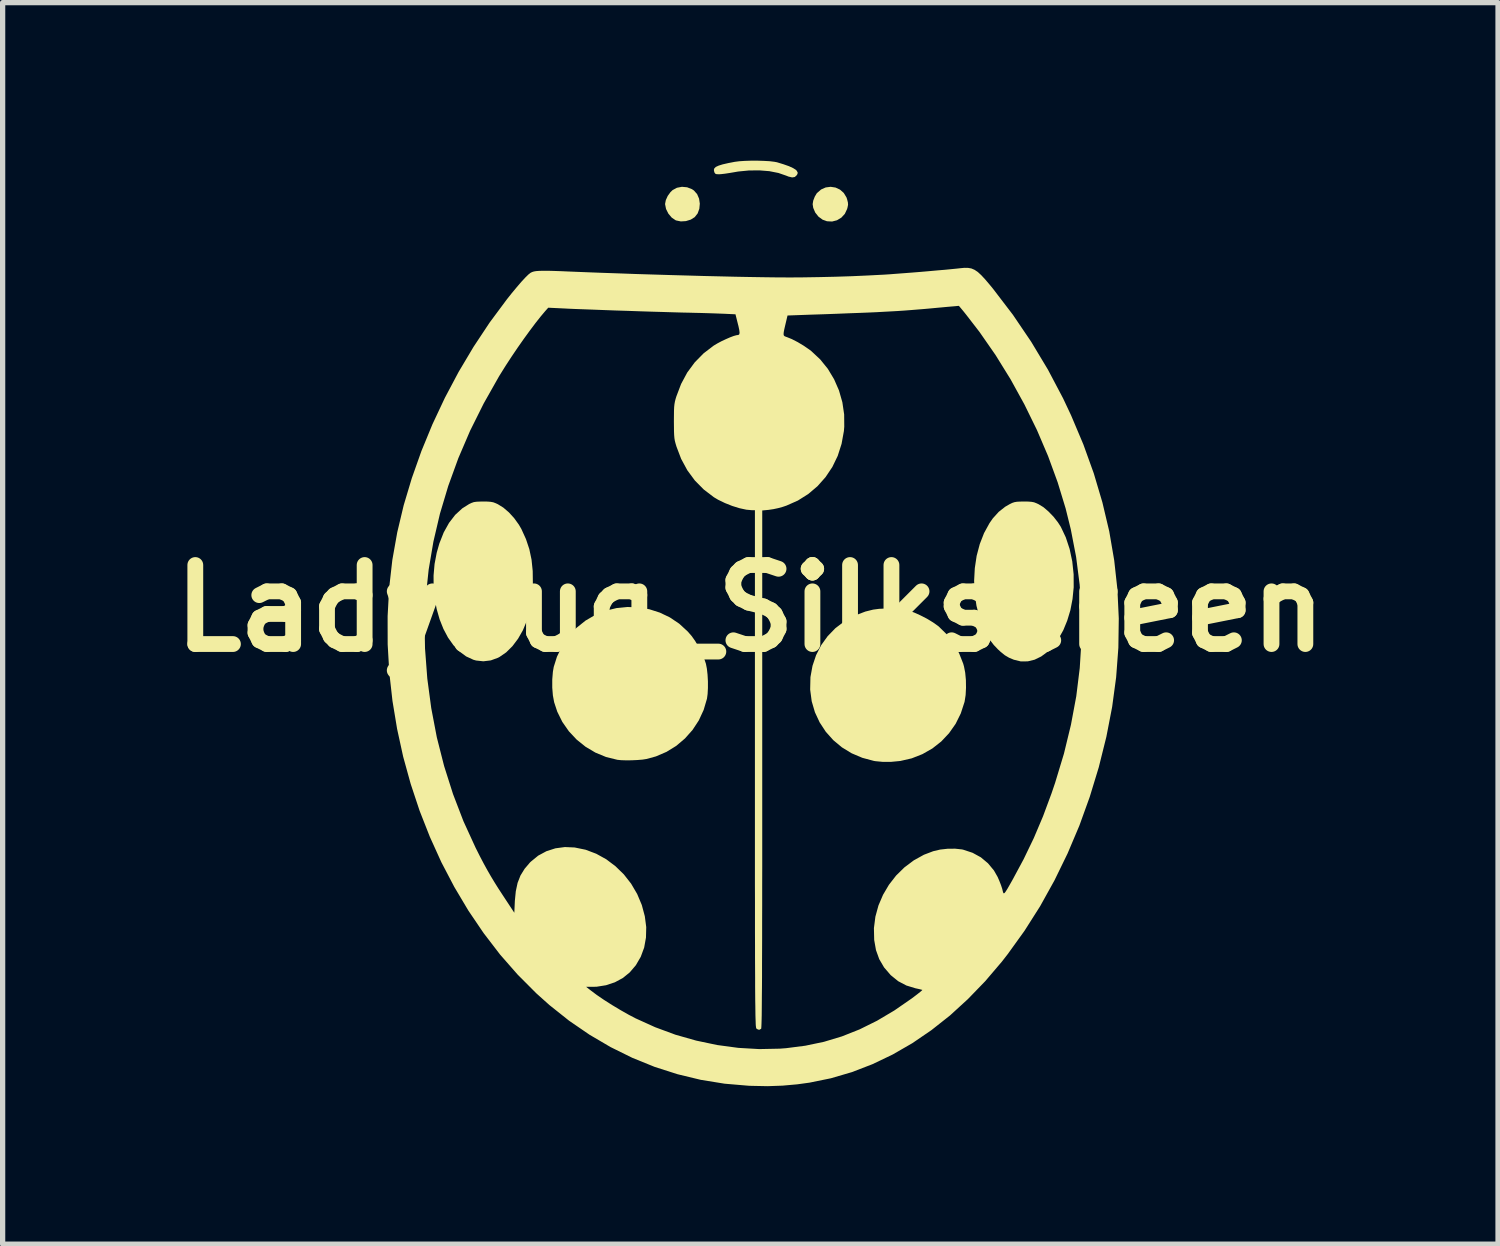
<source format=kicad_pcb>
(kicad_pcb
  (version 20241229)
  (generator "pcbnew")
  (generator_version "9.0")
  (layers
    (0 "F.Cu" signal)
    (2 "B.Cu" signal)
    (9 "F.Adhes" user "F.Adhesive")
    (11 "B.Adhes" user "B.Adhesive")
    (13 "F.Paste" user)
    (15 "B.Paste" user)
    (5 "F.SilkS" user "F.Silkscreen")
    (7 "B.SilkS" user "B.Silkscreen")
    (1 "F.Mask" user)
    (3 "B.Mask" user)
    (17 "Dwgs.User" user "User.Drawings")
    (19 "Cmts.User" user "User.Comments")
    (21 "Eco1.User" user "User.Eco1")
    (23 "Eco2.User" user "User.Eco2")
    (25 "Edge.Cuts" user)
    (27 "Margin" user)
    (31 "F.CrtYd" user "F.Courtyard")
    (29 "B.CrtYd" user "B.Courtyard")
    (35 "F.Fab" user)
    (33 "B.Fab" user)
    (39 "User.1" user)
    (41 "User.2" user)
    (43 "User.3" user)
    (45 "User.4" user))
  (footprint "Ladybug_Silkscreen"
    (layer "F.Cu")
    (at 11.193 8.497)
    (property "Reference" "Ladybug_Silkscreen" (at 0 0 0) (layer "F.SilkS") (effects (font (size 1.5 1.5) (thickness 0.3))))
    (attr board_only exclude_from_pos_files exclude_from_bom)
    (fp_poly (pts (xy -1.2 -7.992) (xy -1.108 -7.956) (xy -1.071 -7.931) (xy -1.01 -7.862) (xy -0.973 -7.776) (xy -0.959 -7.681) (xy -0.968 -7.585) (xy -1 -7.496) (xy -1.056 -7.425) (xy -1.131 -7.378) (xy -1.223 -7.35) (xy -1.319 -7.344) (xy -1.407 -7.362) (xy -1.418 -7.366) (xy -1.493 -7.417) (xy -1.556 -7.492) (xy -1.6 -7.58) (xy -1.618 -7.67) (xy -1.618 -7.677) (xy -1.604 -7.749) (xy -1.568 -7.828) (xy -1.515 -7.901) (xy -1.475 -7.939) (xy -1.393 -7.983) (xy -1.298 -8.001)) (stroke (width 0) (type solid)) (fill yes) (layer "F.SilkS"))
    (fp_poly (pts (xy 1.617 -7.987) (xy 1.701 -7.948) (xy 1.773 -7.885) (xy 1.825 -7.8) (xy 1.837 -7.764) (xy 1.852 -7.705) (xy 1.855 -7.66) (xy 1.845 -7.609) (xy 1.837 -7.58) (xy 1.794 -7.488) (xy 1.728 -7.416) (xy 1.645 -7.366) (xy 1.552 -7.342) (xy 1.455 -7.347) (xy 1.372 -7.377) (xy 1.294 -7.434) (xy 1.232 -7.512) (xy 1.194 -7.601) (xy 1.183 -7.672) (xy 1.194 -7.739) (xy 1.223 -7.814) (xy 1.261 -7.878) (xy 1.266 -7.883) (xy 1.343 -7.95) (xy 1.431 -7.989) (xy 1.524 -8.001)) (stroke (width 0) (type solid)) (fill yes) (layer "F.SilkS"))
    (fp_poly (pts (xy 0.258 -8.493) (xy 0.367 -8.487) (xy 0.456 -8.476) (xy 0.505 -8.467) (xy 0.629 -8.429) (xy 0.734 -8.392) (xy 0.814 -8.355) (xy 0.866 -8.322) (xy 0.881 -8.305) (xy 0.899 -8.272) (xy 0.895 -8.245) (xy 0.88 -8.22) (xy 0.844 -8.187) (xy 0.794 -8.179) (xy 0.725 -8.195) (xy 0.68 -8.213) (xy 0.532 -8.264) (xy 0.36 -8.298) (xy 0.172 -8.313) (xy -0.028 -8.311) (xy -0.232 -8.291) (xy -0.307 -8.278) (xy -0.396 -8.263) (xy -0.481 -8.25) (xy -0.551 -8.242) (xy -0.591 -8.239) (xy -0.641 -8.241) (xy -0.667 -8.251) (xy -0.683 -8.277) (xy -0.685 -8.285) (xy -0.692 -8.321) (xy -0.683 -8.352) (xy -0.654 -8.379) (xy -0.602 -8.403) (xy -0.525 -8.427) (xy -0.42 -8.451) (xy -0.296 -8.475) (xy -0.211 -8.486) (xy -0.106 -8.493) (xy 0.014 -8.497) (xy 0.138 -8.497)) (stroke (width 0) (type solid)) (fill yes) (layer "F.SilkS"))
    (fp_poly (pts (xy 5.277 -2.026) (xy 5.338 -2.021) (xy 5.386 -2.012) (xy 5.432 -1.994) (xy 5.471 -1.976) (xy 5.563 -1.92) (xy 5.659 -1.838) (xy 5.754 -1.74) (xy 5.838 -1.633) (xy 5.894 -1.546) (xy 5.988 -1.347) (xy 6.061 -1.126) (xy 6.111 -0.89) (xy 6.137 -0.645) (xy 6.138 -0.398) (xy 6.116 -0.176) (xy 6.075 0.037) (xy 6.015 0.235) (xy 5.941 0.415) (xy 5.852 0.574) (xy 5.752 0.712) (xy 5.641 0.826) (xy 5.522 0.914) (xy 5.397 0.975) (xy 5.267 1.007) (xy 5.133 1.008) (xy 5.002 0.976) (xy 4.911 0.938) (xy 4.831 0.891) (xy 4.752 0.827) (xy 4.701 0.78) (xy 4.622 0.697) (xy 4.557 0.613) (xy 4.498 0.518) (xy 4.438 0.4) (xy 4.435 0.393) (xy 4.352 0.18) (xy 4.293 -0.047) (xy 4.258 -0.283) (xy 4.248 -0.523) (xy 4.261 -0.762) (xy 4.296 -0.996) (xy 4.355 -1.219) (xy 4.436 -1.427) (xy 4.539 -1.615) (xy 4.602 -1.706) (xy 4.714 -1.83) (xy 4.838 -1.928) (xy 4.923 -1.977) (xy 4.972 -2.001) (xy 5.015 -2.015) (xy 5.063 -2.023) (xy 5.128 -2.026) (xy 5.193 -2.027)) (stroke (width 0) (type solid)) (fill yes) (layer "F.SilkS"))
    (fp_poly (pts (xy -4.987 -2.026) (xy -4.927 -2.021) (xy -4.879 -2.012) (xy -4.832 -1.994) (xy -4.793 -1.976) (xy -4.688 -1.911) (xy -4.582 -1.82) (xy -4.482 -1.71) (xy -4.394 -1.588) (xy -4.346 -1.505) (xy -4.259 -1.314) (xy -4.195 -1.122) (xy -4.153 -0.923) (xy -4.131 -0.709) (xy -4.128 -0.473) (xy -4.129 -0.435) (xy -4.137 -0.282) (xy -4.148 -0.153) (xy -4.166 -0.039) (xy -4.191 0.071) (xy -4.226 0.187) (xy -4.243 0.239) (xy -4.317 0.416) (xy -4.409 0.577) (xy -4.516 0.719) (xy -4.634 0.836) (xy -4.76 0.923) (xy -4.79 0.939) (xy -4.927 0.989) (xy -5.068 1.006) (xy -5.206 0.991) (xy -5.256 0.977) (xy -5.395 0.913) (xy -5.522 0.819) (xy -5.637 0.699) (xy -5.739 0.555) (xy -5.826 0.391) (xy -5.898 0.21) (xy -5.954 0.014) (xy -5.992 -0.191) (xy -6.012 -0.404) (xy -6.013 -0.622) (xy -5.994 -0.84) (xy -5.953 -1.056) (xy -5.903 -1.231) (xy -5.82 -1.441) (xy -5.719 -1.622) (xy -5.602 -1.774) (xy -5.468 -1.897) (xy -5.338 -1.979) (xy -5.291 -2.001) (xy -5.248 -2.016) (xy -5.199 -2.023) (xy -5.133 -2.026) (xy -5.071 -2.027)) (stroke (width 0) (type solid)) (fill yes) (layer "F.SilkS"))
    (fp_poly (pts (xy -2.123 -0.017) (xy -1.917 0.018) (xy -1.717 0.082) (xy -1.527 0.173) (xy -1.35 0.292) (xy -1.19 0.439) (xy -1.114 0.526) (xy -1.048 0.619) (xy -0.982 0.732) (xy -0.921 0.853) (xy -0.871 0.969) (xy -0.843 1.053) (xy -0.825 1.145) (xy -0.812 1.26) (xy -0.805 1.387) (xy -0.805 1.513) (xy -0.811 1.627) (xy -0.823 1.716) (xy -0.886 1.929) (xy -0.978 2.128) (xy -1.097 2.309) (xy -1.241 2.471) (xy -1.406 2.611) (xy -1.591 2.725) (xy -1.791 2.811) (xy -1.97 2.86) (xy -2.046 2.872) (xy -2.144 2.88) (xy -2.252 2.885) (xy -2.359 2.886) (xy -2.453 2.883) (xy -2.523 2.876) (xy -2.738 2.823) (xy -2.941 2.739) (xy -3.128 2.628) (xy -3.297 2.492) (xy -3.445 2.334) (xy -3.569 2.156) (xy -3.665 1.962) (xy -3.724 1.783) (xy -3.748 1.654) (xy -3.76 1.506) (xy -3.76 1.352) (xy -3.748 1.206) (xy -3.732 1.113) (xy -3.671 0.92) (xy -3.58 0.731) (xy -3.464 0.554) (xy -3.327 0.397) (xy -3.299 0.37) (xy -3.128 0.233) (xy -2.942 0.125) (xy -2.745 0.046) (xy -2.541 -0.004) (xy -2.332 -0.025)) (stroke (width 0) (type solid)) (fill yes) (layer "F.SilkS"))
    (fp_poly (pts (xy 2.717 0.006) (xy 2.853 0.017) (xy 2.971 0.036) (xy 3.001 0.044) (xy 3.107 0.079) (xy 3.227 0.133) (xy 3.352 0.197) (xy 3.469 0.268) (xy 3.567 0.338) (xy 3.579 0.348) (xy 3.727 0.493) (xy 3.857 0.663) (xy 3.962 0.851) (xy 4.041 1.051) (xy 4.056 1.105) (xy 4.079 1.223) (xy 4.092 1.362) (xy 4.094 1.507) (xy 4.087 1.646) (xy 4.068 1.767) (xy 4.065 1.78) (xy 3.995 1.995) (xy 3.897 2.193) (xy 3.772 2.371) (xy 3.624 2.528) (xy 3.455 2.661) (xy 3.267 2.768) (xy 3.064 2.848) (xy 2.847 2.898) (xy 2.67 2.915) (xy 2.514 2.915) (xy 2.377 2.902) (xy 2.346 2.897) (xy 2.126 2.838) (xy 1.923 2.752) (xy 1.738 2.639) (xy 1.574 2.502) (xy 1.432 2.343) (xy 1.316 2.166) (xy 1.226 1.973) (xy 1.165 1.765) (xy 1.136 1.545) (xy 1.136 1.531) (xy 1.141 1.307) (xy 1.18 1.092) (xy 1.248 0.89) (xy 1.344 0.701) (xy 1.467 0.53) (xy 1.614 0.378) (xy 1.784 0.248) (xy 1.974 0.141) (xy 2.183 0.062) (xy 2.331 0.025) (xy 2.444 0.01) (xy 2.577 0.004)) (stroke (width 0) (type solid)) (fill yes) (layer "F.SilkS"))
    (fp_poly (pts (xy 4.133 -6.462) (xy 4.196 -6.451) (xy 4.257 -6.425) (xy 4.318 -6.384) (xy 4.384 -6.323) (xy 4.46 -6.241) (xy 4.55 -6.135) (xy 4.608 -6.064) (xy 4.984 -5.572) (xy 5.331 -5.06) (xy 5.649 -4.531) (xy 5.937 -3.985) (xy 6.089 -3.662) (xy 6.322 -3.11) (xy 6.52 -2.56) (xy 6.683 -2.01) (xy 6.813 -1.461) (xy 6.907 -0.912) (xy 6.968 -0.36) (xy 6.994 0.193) (xy 6.986 0.749) (xy 6.944 1.308) (xy 6.868 1.872) (xy 6.758 2.441) (xy 6.757 2.444) (xy 6.614 3.018) (xy 6.443 3.579) (xy 6.246 4.125) (xy 6.022 4.654) (xy 5.773 5.165) (xy 5.501 5.655) (xy 5.205 6.121) (xy 4.887 6.563) (xy 4.775 6.707) (xy 4.459 7.078) (xy 4.13 7.418) (xy 3.79 7.729) (xy 3.438 8.007) (xy 3.075 8.255) (xy 2.702 8.47) (xy 2.32 8.653) (xy 1.929 8.804) (xy 1.53 8.921) (xy 1.124 9.004) (xy 0.891 9.036) (xy 0.611 9.061) (xy 0.328 9.071) (xy 0.028 9.065) (xy -0.031 9.063) (xy -0.488 9.024) (xy -0.939 8.951) (xy -1.382 8.844) (xy -1.816 8.705) (xy -2.24 8.533) (xy -2.653 8.329) (xy -3.053 8.094) (xy -3.441 7.828) (xy -3.814 7.531) (xy -4.062 7.309) (xy -4.417 6.953) (xy -4.751 6.572) (xy -5.063 6.165) (xy -5.353 5.737) (xy -5.62 5.288) (xy -5.864 4.822) (xy -6.083 4.339) (xy -6.278 3.843) (xy -6.447 3.334) (xy -6.59 2.816) (xy -6.705 2.29) (xy -6.793 1.758) (xy -6.853 1.223) (xy -6.884 0.686) (xy -6.885 0.326) (xy -6.183 0.326) (xy -6.175 0.764) (xy -6.132 1.333) (xy -6.057 1.895) (xy -5.951 2.45) (xy -5.813 2.993) (xy -5.644 3.525) (xy -5.446 4.041) (xy -5.217 4.541) (xy -5.134 4.706) (xy -5.06 4.847) (xy -4.993 4.969) (xy -4.928 5.082) (xy -4.86 5.195) (xy -4.785 5.315) (xy -4.696 5.451) (xy -4.656 5.512) (xy -4.48 5.779) (xy -4.47 5.555) (xy -4.452 5.371) (xy -4.418 5.212) (xy -4.363 5.072) (xy -4.285 4.945) (xy -4.183 4.825) (xy -4.165 4.808) (xy -4.027 4.695) (xy -3.871 4.611) (xy -3.7 4.556) (xy -3.52 4.532) (xy -3.335 4.54) (xy -3.126 4.583) (xy -2.925 4.659) (xy -2.735 4.764) (xy -2.56 4.896) (xy -2.401 5.051) (xy -2.263 5.227) (xy -2.148 5.423) (xy -2.06 5.632) (xy -2.003 5.845) (xy -1.976 6.051) (xy -1.981 6.25) (xy -2.015 6.439) (xy -2.08 6.615) (xy -2.173 6.775) (xy -2.289 6.911) (xy -2.419 7.017) (xy -2.571 7.099) (xy -2.739 7.155) (xy -2.916 7.183) (xy -2.988 7.185) (xy -3.117 7.185) (xy -3.033 7.251) (xy -2.917 7.338) (xy -2.778 7.433) (xy -2.624 7.531) (xy -2.464 7.627) (xy -2.307 7.716) (xy -2.177 7.784) (xy -1.806 7.952) (xy -1.422 8.094) (xy -1.028 8.206) (xy -0.629 8.29) (xy -0.228 8.344) (xy 0.169 8.367) (xy 0.56 8.359) (xy 0.678 8.35) (xy 1.044 8.303) (xy 1.397 8.229) (xy 1.739 8.126) (xy 2.074 7.993) (xy 2.405 7.829) (xy 2.734 7.634) (xy 3.065 7.405) (xy 3.11 7.371) (xy 3.173 7.323) (xy 3.223 7.283) (xy 3.256 7.255) (xy 3.266 7.244) (xy 3.248 7.239) (xy 3.205 7.228) (xy 3.145 7.215) (xy 3.135 7.213) (xy 2.962 7.16) (xy 2.806 7.078) (xy 2.667 6.965) (xy 2.661 6.959) (xy 2.539 6.817) (xy 2.447 6.66) (xy 2.385 6.488) (xy 2.351 6.295) (xy 2.351 6.292) (xy 2.346 6.071) (xy 2.374 5.853) (xy 2.432 5.641) (xy 2.519 5.438) (xy 2.631 5.248) (xy 2.767 5.073) (xy 2.925 4.918) (xy 3.102 4.785) (xy 3.295 4.678) (xy 3.471 4.611) (xy 3.602 4.58) (xy 3.746 4.564) (xy 3.889 4.563) (xy 4.018 4.577) (xy 4.044 4.583) (xy 4.219 4.641) (xy 4.376 4.727) (xy 4.511 4.84) (xy 4.624 4.976) (xy 4.694 5.099) (xy 4.728 5.177) (xy 4.759 5.257) (xy 4.781 5.324) (xy 4.785 5.34) (xy 4.794 5.377) (xy 4.802 5.402) (xy 4.812 5.412) (xy 4.827 5.403) (xy 4.849 5.374) (xy 4.881 5.323) (xy 4.925 5.246) (xy 4.975 5.158) (xy 5.188 4.762) (xy 5.381 4.361) (xy 5.556 3.948) (xy 5.717 3.514) (xy 5.785 3.314) (xy 5.953 2.759) (xy 6.086 2.211) (xy 6.187 1.67) (xy 6.253 1.134) (xy 6.286 0.602) (xy 6.286 0.074) (xy 6.251 -0.452) (xy 6.184 -0.976) (xy 6.083 -1.5) (xy 5.985 -1.896) (xy 5.834 -2.391) (xy 5.652 -2.889) (xy 5.441 -3.383) (xy 5.202 -3.871) (xy 4.94 -4.347) (xy 4.655 -4.807) (xy 4.35 -5.246) (xy 4.099 -5.571) (xy 4.047 -5.636) (xy 4.003 -5.689) (xy 3.972 -5.726) (xy 3.958 -5.741) (xy 3.958 -5.741) (xy 3.94 -5.74) (xy 3.892 -5.735) (xy 3.82 -5.729) (xy 3.728 -5.721) (xy 3.621 -5.711) (xy 3.564 -5.706) (xy 3.416 -5.692) (xy 3.281 -5.68) (xy 3.155 -5.67) (xy 3.033 -5.66) (xy 2.914 -5.651) (xy 2.794 -5.643) (xy 2.669 -5.636) (xy 2.537 -5.629) (xy 2.393 -5.621) (xy 2.236 -5.614) (xy 2.06 -5.607) (xy 1.863 -5.6) (xy 1.643 -5.591) (xy 1.394 -5.582) (xy 1.115 -5.573) (xy 1.062 -5.571) (xy 0.706 -5.558) (xy 0.667 -5.393) (xy 0.646 -5.303) (xy 0.634 -5.242) (xy 0.631 -5.201) (xy 0.637 -5.177) (xy 0.654 -5.163) (xy 0.682 -5.152) (xy 0.692 -5.149) (xy 0.788 -5.11) (xy 0.899 -5.053) (xy 1.014 -4.984) (xy 1.123 -4.909) (xy 1.158 -4.882) (xy 1.326 -4.725) (xy 1.471 -4.546) (xy 1.59 -4.348) (xy 1.683 -4.135) (xy 1.747 -3.911) (xy 1.781 -3.68) (xy 1.783 -3.447) (xy 1.776 -3.364) (xy 1.732 -3.122) (xy 1.659 -2.894) (xy 1.557 -2.683) (xy 1.428 -2.49) (xy 1.275 -2.318) (xy 1.099 -2.169) (xy 0.902 -2.045) (xy 0.685 -1.949) (xy 0.617 -1.926) (xy 0.531 -1.902) (xy 0.437 -1.882) (xy 0.355 -1.87) (xy 0.351 -1.869) (xy 0.226 -1.857) (xy 0.226 3.052) (xy 0.226 3.565) (xy 0.226 4.044) (xy 0.226 4.49) (xy 0.226 4.904) (xy 0.225 5.287) (xy 0.225 5.64) (xy 0.224 5.964) (xy 0.224 6.26) (xy 0.223 6.528) (xy 0.222 6.771) (xy 0.222 6.988) (xy 0.221 7.181) (xy 0.219 7.35) (xy 0.218 7.497) (xy 0.217 7.623) (xy 0.216 7.728) (xy 0.214 7.813) (xy 0.212 7.88) (xy 0.21 7.93) (xy 0.208 7.962) (xy 0.206 7.979) (xy 0.205 7.982) (xy 0.167 8.002) (xy 0.127 7.987) (xy 0.114 7.975) (xy 0.112 7.97) (xy 0.109 7.96) (xy 0.107 7.944) (xy 0.104 7.92) (xy 0.102 7.888) (xy 0.101 7.845) (xy 0.099 7.792) (xy 0.097 7.726) (xy 0.096 7.648) (xy 0.095 7.554) (xy 0.093 7.445) (xy 0.092 7.319) (xy 0.091 7.175) (xy 0.091 7.011) (xy 0.09 6.827) (xy 0.089 6.622) (xy 0.089 6.393) (xy 0.088 6.141) (xy 0.088 5.864) (xy 0.088 5.56) (xy 0.087 5.228) (xy 0.087 4.868) (xy 0.087 4.478) (xy 0.087 4.057) (xy 0.087 3.603) (xy 0.087 3.117) (xy 0.087 3.043) (xy 0.087 -1.862) (xy 0.034 -1.862) (xy -0.076 -1.872) (xy -0.205 -1.9) (xy -0.344 -1.943) (xy -0.482 -1.998) (xy -0.612 -2.061) (xy -0.691 -2.108) (xy -0.884 -2.255) (xy -1.053 -2.426) (xy -1.196 -2.62) (xy -1.313 -2.836) (xy -1.403 -3.072) (xy -1.403 -3.073) (xy -1.42 -3.13) (xy -1.433 -3.18) (xy -1.441 -3.23) (xy -1.446 -3.287) (xy -1.449 -3.359) (xy -1.45 -3.452) (xy -1.451 -3.549) (xy -1.45 -3.665) (xy -1.449 -3.754) (xy -1.446 -3.822) (xy -1.44 -3.877) (xy -1.431 -3.927) (xy -1.418 -3.977) (xy -1.403 -4.025) (xy -1.314 -4.259) (xy -1.198 -4.475) (xy -1.055 -4.669) (xy -0.887 -4.84) (xy -0.696 -4.986) (xy -0.691 -4.989) (xy -0.626 -5.028) (xy -0.549 -5.069) (xy -0.466 -5.108) (xy -0.386 -5.143) (xy -0.317 -5.169) (xy -0.268 -5.183) (xy -0.255 -5.185) (xy -0.226 -5.189) (xy -0.209 -5.203) (xy -0.204 -5.232) (xy -0.21 -5.283) (xy -0.226 -5.359) (xy -0.236 -5.397) (xy -0.282 -5.581) (xy -0.493 -5.591) (xy -0.573 -5.594) (xy -0.679 -5.598) (xy -0.803 -5.602) (xy -0.938 -5.606) (xy -1.075 -5.609) (xy -1.14 -5.611) (xy -1.289 -5.614) (xy -1.465 -5.619) (xy -1.662 -5.625) (xy -1.875 -5.631) (xy -2.097 -5.638) (xy -2.324 -5.646) (xy -2.55 -5.653) (xy -2.769 -5.661) (xy -2.975 -5.669) (xy -3.165 -5.676) (xy -3.33 -5.682) (xy -3.468 -5.688) (xy -3.479 -5.689) (xy -3.836 -5.706) (xy -3.894 -5.641) (xy -3.979 -5.54) (xy -4.078 -5.415) (xy -4.186 -5.271) (xy -4.301 -5.113) (xy -4.418 -4.946) (xy -4.533 -4.776) (xy -4.642 -4.609) (xy -4.742 -4.449) (xy -4.771 -4.402) (xy -5.061 -3.889) (xy -5.319 -3.371) (xy -5.543 -2.849) (xy -5.734 -2.323) (xy -5.892 -1.795) (xy -6.016 -1.266) (xy -6.106 -0.735) (xy -6.162 -0.204) (xy -6.183 0.326) (xy -6.885 0.326) (xy -6.885 0.149) (xy -6.856 -0.385) (xy -6.796 -0.914) (xy -6.792 -0.938) (xy -6.702 -1.444) (xy -6.58 -1.956) (xy -6.426 -2.47) (xy -6.244 -2.984) (xy -6.034 -3.494) (xy -5.798 -3.996) (xy -5.537 -4.488) (xy -5.253 -4.965) (xy -4.948 -5.425) (xy -4.622 -5.864) (xy -4.526 -5.985) (xy -4.431 -6.099) (xy -4.346 -6.198) (xy -4.272 -6.278) (xy -4.213 -6.336) (xy -4.171 -6.369) (xy -4.167 -6.371) (xy -4.14 -6.384) (xy -4.107 -6.394) (xy -4.065 -6.401) (xy -4.009 -6.405) (xy -3.937 -6.407) (xy -3.845 -6.407) (xy -3.728 -6.404) (xy -3.583 -6.399) (xy -3.447 -6.393) (xy -3.147 -6.381) (xy -2.834 -6.369) (xy -2.511 -6.358) (xy -2.183 -6.346) (xy -1.852 -6.336) (xy -1.523 -6.326) (xy -1.198 -6.317) (xy -0.881 -6.308) (xy -0.577 -6.301) (xy -0.287 -6.294) (xy -0.017 -6.289) (xy 0.231 -6.285) (xy 0.453 -6.282) (xy 0.645 -6.281) (xy 0.727 -6.28) (xy 1.01 -6.282) (xy 1.311 -6.287) (xy 1.619 -6.294) (xy 1.925 -6.304) (xy 2.218 -6.317) (xy 2.488 -6.331) (xy 2.531 -6.333) (xy 2.639 -6.34) (xy 2.768 -6.35) (xy 2.914 -6.361) (xy 3.071 -6.373) (xy 3.233 -6.386) (xy 3.394 -6.4) (xy 3.549 -6.414) (xy 3.692 -6.426) (xy 3.816 -6.438) (xy 3.916 -6.448) (xy 3.98 -6.455) (xy 4.062 -6.463)) (stroke (width 0) (type solid)) (fill yes) (layer "F.SilkS")))
  (gr_rect
    (start -3 -3)
    (end 25.386 20.567)
    (stroke (width 0.1) (type default))
    (fill no)
    (layer "Edge.Cuts")))
</source>
